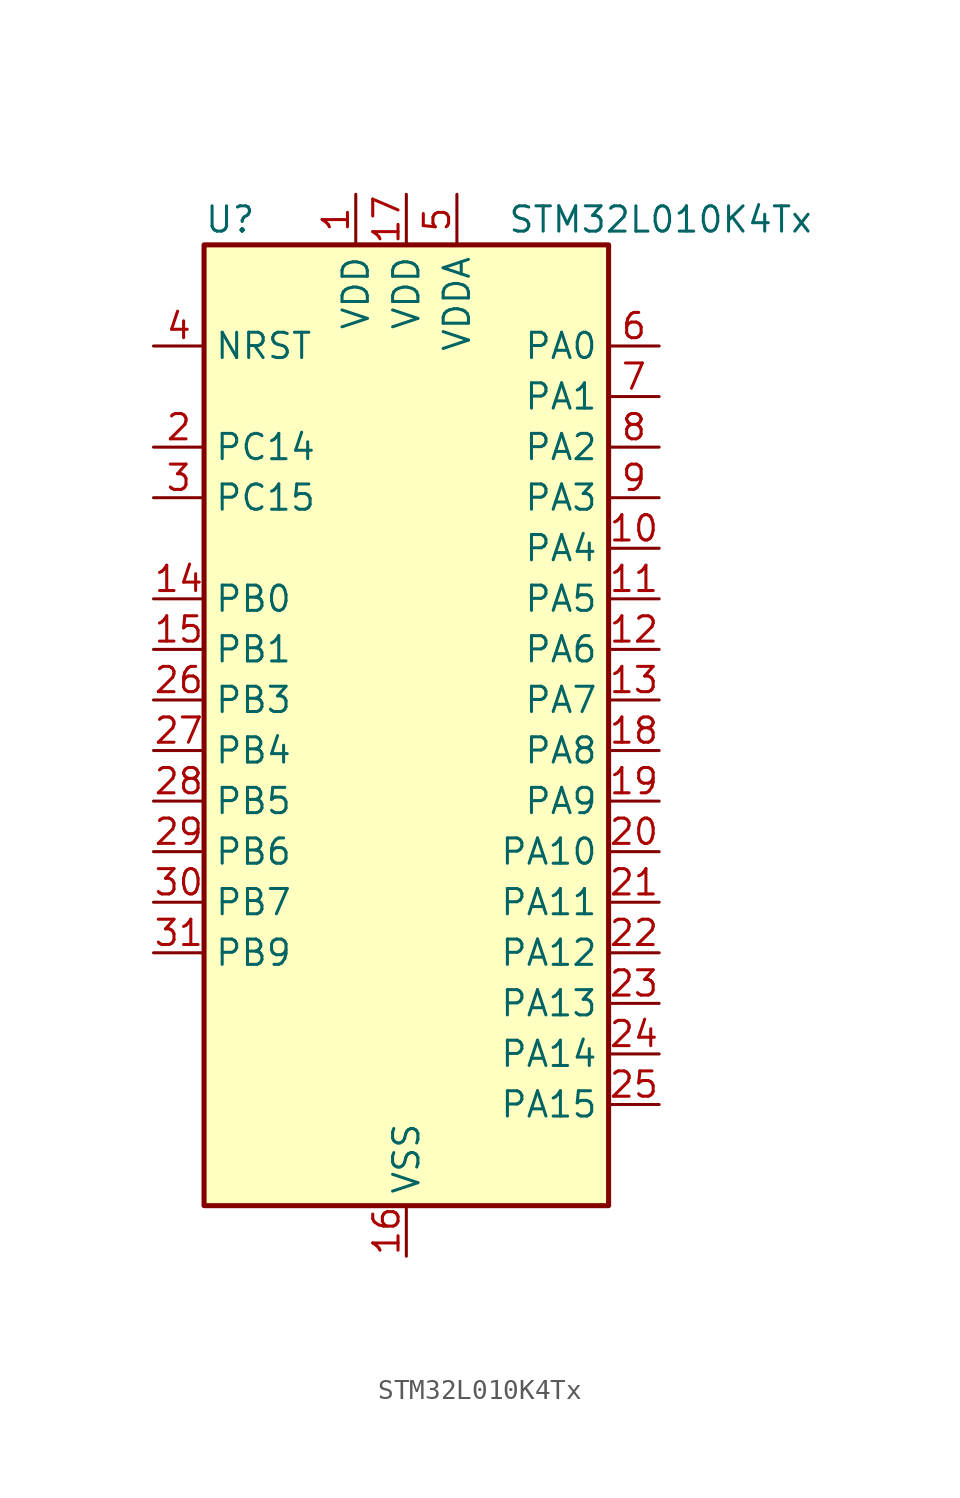
<source format=kicad_sym>
(kicad_symbol_lib
  (version 20241209)
  (generator "kicad_symbol_editor")
  (generator_version "9.0")
  (symbol "STM32L010K4Tx"
    (property "Reference" "U"
      (at -10.16 26.67 0)
      (effects (font (size 1.27 1.27)) (justify left)))
    (property "Value" "STM32L010K4Tx"
      (at 5.08 26.67 0)
      (effects (font (size 1.27 1.27)) (justify left)))
    (symbol "STM32L010K4Tx_0_1"
      (rectangle (start -10.16 -22.86) (end 10.16 25.4) (stroke (width 0.254) (type default)) (fill (type background))))
    (symbol "STM32L010K4Tx_1_1"
      (pin input line (at -12.7 20.32 0) (length 2.54) (name "NRST" (effects (font (size 1.27 1.27)))) (number "4" (effects (font (size 1.27 1.27)))))
      (pin bidirectional line (at -12.7 15.24 0) (length 2.54) (name "PC14" (effects (font (size 1.27 1.27)))) (number "2" (effects (font (size 1.27 1.27)))) (alternate "RCC_OSC32_IN" bidirectional line))
      (pin bidirectional line (at -12.7 12.7 0) (length 2.54) (name "PC15" (effects (font (size 1.27 1.27)))) (number "3" (effects (font (size 1.27 1.27)))) (alternate "RCC_OSC32_OUT" bidirectional line))
      (pin bidirectional line (at -12.7 7.62 0) (length 2.54) (name "PB0" (effects (font (size 1.27 1.27)))) (number "14" (effects (font (size 1.27 1.27)))) (alternate "ADC_IN8" bidirectional line) (alternate "SPI1_MISO" bidirectional line) (alternate "SYS_VREF_OUT_PB0" bidirectional line) (alternate "TIM2_CH2" bidirectional line) (alternate "TIM2_CH3" bidirectional line) (alternate "USART2_DE" bidirectional line) (alternate "USART2_RTS" bidirectional line))
      (pin bidirectional line (at -12.7 5.08 0) (length 2.54) (name "PB1" (effects (font (size 1.27 1.27)))) (number "15" (effects (font (size 1.27 1.27)))) (alternate "ADC_IN9" bidirectional line) (alternate "LPTIM1_IN1" bidirectional line) (alternate "LPUART1_DE" bidirectional line) (alternate "LPUART1_RTS" bidirectional line) (alternate "SPI1_MOSI" bidirectional line) (alternate "SYS_VREF_OUT_PB1" bidirectional line) (alternate "TIM2_CH4" bidirectional line) (alternate "USART2_CK" bidirectional line))
      (pin bidirectional line (at -12.7 2.54 0) (length 2.54) (name "PB3" (effects (font (size 1.27 1.27)))) (number "26" (effects (font (size 1.27 1.27)))) (alternate "SPI1_SCK" bidirectional line) (alternate "TIM2_CH2" bidirectional line))
      (pin bidirectional line (at -12.7 0 0) (length 2.54) (name "PB4" (effects (font (size 1.27 1.27)))) (number "27" (effects (font (size 1.27 1.27)))) (alternate "SPI1_MISO" bidirectional line))
      (pin bidirectional line (at -12.7 -2.54 0) (length 2.54) (name "PB5" (effects (font (size 1.27 1.27)))) (number "28" (effects (font (size 1.27 1.27)))) (alternate "I2C1_SMBA" bidirectional line) (alternate "LPTIM1_IN1" bidirectional line) (alternate "SPI1_MOSI" bidirectional line) (alternate "TIM21_CH1" bidirectional line))
      (pin bidirectional line (at -12.7 -5.08 0) (length 2.54) (name "PB6" (effects (font (size 1.27 1.27)))) (number "29" (effects (font (size 1.27 1.27)))) (alternate "I2C1_SCL" bidirectional line) (alternate "LPTIM1_ETR" bidirectional line) (alternate "LPUART1_TX" bidirectional line) (alternate "TIM2_CH3" bidirectional line) (alternate "USART2_TX" bidirectional line))
      (pin bidirectional line (at -12.7 -7.62 0) (length 2.54) (name "PB7" (effects (font (size 1.27 1.27)))) (number "30" (effects (font (size 1.27 1.27)))) (alternate "I2C1_SDA" bidirectional line) (alternate "LPTIM1_IN2" bidirectional line) (alternate "LPUART1_RX" bidirectional line) (alternate "SYS_PVD_IN" bidirectional line) (alternate "TIM2_CH4" bidirectional line) (alternate "USART2_RX" bidirectional line))
      (pin bidirectional line (at -12.7 -10.16 0) (length 2.54) (name "PB9" (effects (font (size 1.27 1.27)))) (number "31" (effects (font (size 1.27 1.27)))))
      (pin power_in line (at -2.54 27.94 270) (length 2.54) (name "VDD" (effects (font (size 1.27 1.27)))) (number "1" (effects (font (size 1.27 1.27)))))
      (pin power_in line (at 0 27.94 270) (length 2.54) (name "VDD" (effects (font (size 1.27 1.27)))) (number "17" (effects (font (size 1.27 1.27)))))
      (pin power_in line (at 0 -25.4 90) (length 2.54) (name "VSS" (effects (font (size 1.27 1.27)))) (number "16" (effects (font (size 1.27 1.27)))))
      (pin passive line (at 0 -25.4 90) (length 2.54) (hide yes) (name "VSS" (effects (font (size 1.27 1.27)))) (number "32" (effects (font (size 1.27 1.27)))))
      (pin power_in line (at 2.54 27.94 270) (length 2.54) (name "VDDA" (effects (font (size 1.27 1.27)))) (number "5" (effects (font (size 1.27 1.27)))))
      (pin bidirectional line (at 12.7 20.32 180) (length 2.54) (name "PA0" (effects (font (size 1.27 1.27)))) (number "6" (effects (font (size 1.27 1.27)))) (alternate "ADC_IN0" bidirectional line) (alternate "LPTIM1_IN1" bidirectional line) (alternate "LPUART1_RX" bidirectional line) (alternate "RCC_CK_IN" bidirectional line) (alternate "RTC_TAMP2" bidirectional line) (alternate "SYS_WKUP1" bidirectional line) (alternate "TIM2_CH1" bidirectional line) (alternate "TIM2_ETR" bidirectional line) (alternate "USART2_CTS" bidirectional line) (alternate "USART2_RX" bidirectional line))
      (pin bidirectional line (at 12.7 17.78 180) (length 2.54) (name "PA1" (effects (font (size 1.27 1.27)))) (number "7" (effects (font (size 1.27 1.27)))) (alternate "ADC_IN1" bidirectional line) (alternate "I2C1_SMBA" bidirectional line) (alternate "LPTIM1_IN2" bidirectional line) (alternate "LPUART1_TX" bidirectional line) (alternate "TIM21_ETR" bidirectional line) (alternate "TIM2_CH2" bidirectional line) (alternate "USART2_DE" bidirectional line) (alternate "USART2_RTS" bidirectional line))
      (pin bidirectional line (at 12.7 15.24 180) (length 2.54) (name "PA2" (effects (font (size 1.27 1.27)))) (number "8" (effects (font (size 1.27 1.27)))) (alternate "ADC_IN2" bidirectional line) (alternate "LPUART1_TX" bidirectional line) (alternate "RTC_OUT_ALARM" bidirectional line) (alternate "RTC_OUT_CALIB" bidirectional line) (alternate "RTC_TAMP3" bidirectional line) (alternate "RTC_TS" bidirectional line) (alternate "SYS_WKUP3" bidirectional line) (alternate "TIM21_CH1" bidirectional line) (alternate "TIM2_CH3" bidirectional line) (alternate "USART2_TX" bidirectional line))
      (pin bidirectional line (at 12.7 12.7 180) (length 2.54) (name "PA3" (effects (font (size 1.27 1.27)))) (number "9" (effects (font (size 1.27 1.27)))) (alternate "ADC_IN3" bidirectional line) (alternate "LPUART1_RX" bidirectional line) (alternate "TIM21_CH2" bidirectional line) (alternate "TIM2_CH4" bidirectional line) (alternate "USART2_RX" bidirectional line))
      (pin bidirectional line (at 12.7 10.16 180) (length 2.54) (name "PA4" (effects (font (size 1.27 1.27)))) (number "10" (effects (font (size 1.27 1.27)))) (alternate "ADC_IN4" bidirectional line) (alternate "I2C1_SCL" bidirectional line) (alternate "LPTIM1_ETR" bidirectional line) (alternate "LPTIM1_IN1" bidirectional line) (alternate "LPUART1_TX" bidirectional line) (alternate "SPI1_NSS" bidirectional line) (alternate "TIM2_ETR" bidirectional line) (alternate "USART2_CK" bidirectional line))
      (pin bidirectional line (at 12.7 7.62 180) (length 2.54) (name "PA5" (effects (font (size 1.27 1.27)))) (number "11" (effects (font (size 1.27 1.27)))) (alternate "ADC_IN5" bidirectional line) (alternate "LPTIM1_IN2" bidirectional line) (alternate "SPI1_SCK" bidirectional line) (alternate "TIM2_CH1" bidirectional line) (alternate "TIM2_ETR" bidirectional line))
      (pin bidirectional line (at 12.7 5.08 180) (length 2.54) (name "PA6" (effects (font (size 1.27 1.27)))) (number "12" (effects (font (size 1.27 1.27)))) (alternate "ADC_IN6" bidirectional line) (alternate "LPTIM1_ETR" bidirectional line) (alternate "LPUART1_CTS" bidirectional line) (alternate "SPI1_MISO" bidirectional line))
      (pin bidirectional line (at 12.7 2.54 180) (length 2.54) (name "PA7" (effects (font (size 1.27 1.27)))) (number "13" (effects (font (size 1.27 1.27)))) (alternate "ADC_IN7" bidirectional line) (alternate "LPTIM1_OUT" bidirectional line) (alternate "SPI1_MOSI" bidirectional line) (alternate "TIM21_ETR" bidirectional line) (alternate "USART2_CTS" bidirectional line))
      (pin bidirectional line (at 12.7 0 180) (length 2.54) (name "PA8" (effects (font (size 1.27 1.27)))) (number "18" (effects (font (size 1.27 1.27)))) (alternate "LPTIM1_IN1" bidirectional line) (alternate "RCC_MCO" bidirectional line) (alternate "TIM2_CH1" bidirectional line) (alternate "USART2_CK" bidirectional line))
      (pin bidirectional line (at 12.7 -2.54 180) (length 2.54) (name "PA9" (effects (font (size 1.27 1.27)))) (number "19" (effects (font (size 1.27 1.27)))) (alternate "I2C1_SCL" bidirectional line) (alternate "LPTIM1_OUT" bidirectional line) (alternate "RCC_MCO" bidirectional line) (alternate "TIM21_CH2" bidirectional line) (alternate "USART2_TX" bidirectional line))
      (pin bidirectional line (at 12.7 -5.08 180) (length 2.54) (name "PA10" (effects (font (size 1.27 1.27)))) (number "20" (effects (font (size 1.27 1.27)))) (alternate "I2C1_SDA" bidirectional line) (alternate "RTC_REFIN" bidirectional line) (alternate "TIM21_CH1" bidirectional line) (alternate "TIM2_CH3" bidirectional line) (alternate "USART2_RX" bidirectional line))
      (pin bidirectional line (at 12.7 -7.62 180) (length 2.54) (name "PA11" (effects (font (size 1.27 1.27)))) (number "21" (effects (font (size 1.27 1.27)))) (alternate "ADC_EXTI11" bidirectional line) (alternate "LPTIM1_OUT" bidirectional line) (alternate "SPI1_MISO" bidirectional line) (alternate "TIM21_CH2" bidirectional line) (alternate "USART2_CTS" bidirectional line))
      (pin bidirectional line (at 12.7 -10.16 180) (length 2.54) (name "PA12" (effects (font (size 1.27 1.27)))) (number "22" (effects (font (size 1.27 1.27)))) (alternate "SPI1_MOSI" bidirectional line) (alternate "USART2_DE" bidirectional line) (alternate "USART2_RTS" bidirectional line))
      (pin bidirectional line (at 12.7 -12.7 180) (length 2.54) (name "PA13" (effects (font (size 1.27 1.27)))) (number "23" (effects (font (size 1.27 1.27)))) (alternate "I2C1_SDA" bidirectional line) (alternate "LPTIM1_ETR" bidirectional line) (alternate "LPUART1_RX" bidirectional line) (alternate "SPI1_SCK" bidirectional line) (alternate "SYS_SWDIO" bidirectional line))
      (pin bidirectional line (at 12.7 -15.24 180) (length 2.54) (name "PA14" (effects (font (size 1.27 1.27)))) (number "24" (effects (font (size 1.27 1.27)))) (alternate "I2C1_SMBA" bidirectional line) (alternate "LPTIM1_OUT" bidirectional line) (alternate "LPUART1_TX" bidirectional line) (alternate "SPI1_MISO" bidirectional line) (alternate "SYS_SWCLK" bidirectional line) (alternate "USART2_TX" bidirectional line))
      (pin bidirectional line (at 12.7 -17.78 180) (length 2.54) (name "PA15" (effects (font (size 1.27 1.27)))) (number "25" (effects (font (size 1.27 1.27)))) (alternate "SPI1_NSS" bidirectional line) (alternate "TIM2_CH1" bidirectional line) (alternate "TIM2_ETR" bidirectional line) (alternate "USART2_RX" bidirectional line)))))
</source>
